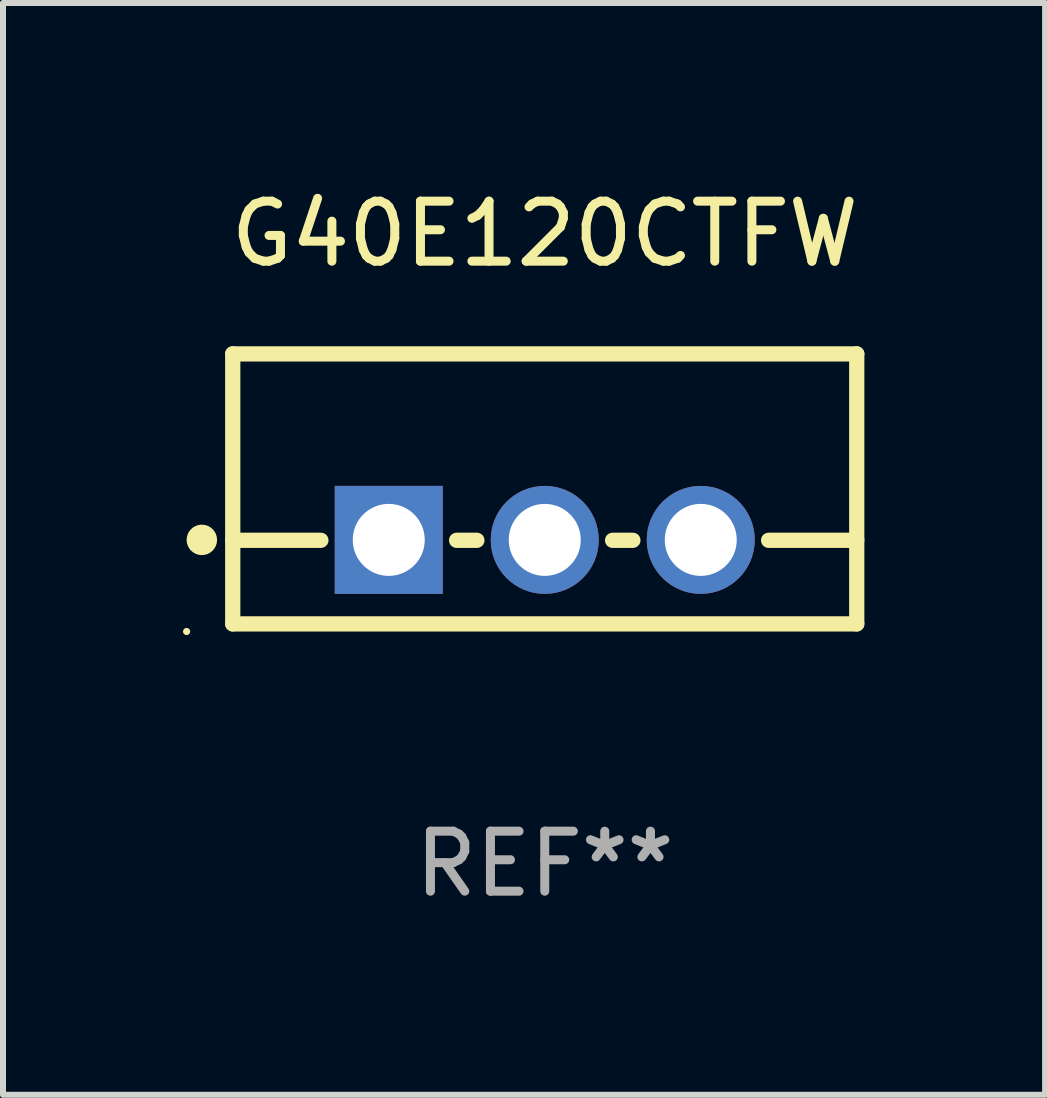
<source format=kicad_pcb>
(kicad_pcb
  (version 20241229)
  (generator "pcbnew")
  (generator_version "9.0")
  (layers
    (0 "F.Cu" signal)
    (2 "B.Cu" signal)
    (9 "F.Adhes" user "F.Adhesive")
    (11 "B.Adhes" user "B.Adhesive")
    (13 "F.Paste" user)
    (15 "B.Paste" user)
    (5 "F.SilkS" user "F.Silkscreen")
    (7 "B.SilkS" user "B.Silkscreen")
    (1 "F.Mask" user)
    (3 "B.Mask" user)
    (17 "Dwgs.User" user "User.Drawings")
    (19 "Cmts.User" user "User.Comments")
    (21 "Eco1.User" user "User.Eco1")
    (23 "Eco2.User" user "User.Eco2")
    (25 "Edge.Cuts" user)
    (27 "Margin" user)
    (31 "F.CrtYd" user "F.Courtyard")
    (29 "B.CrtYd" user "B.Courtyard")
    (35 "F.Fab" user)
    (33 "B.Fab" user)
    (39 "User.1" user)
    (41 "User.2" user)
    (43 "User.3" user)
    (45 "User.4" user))
  (footprint "G40E120CTFW"
    (layer "F.Cu")
    (at 6.029 5.098)
    (property "Reference" "G40E120CTFW" (at 0 -4.25 0) (layer "F.SilkS") (effects (font (size 1 1) (thickness 0.15))))
    (attr through_hole)
    (fp_line (start -5.2 -2.25) (end -5.2 2.25) (stroke (width 0.254) (type solid)) (layer "F.SilkS"))
    (fp_line (start -5.2 -2.25) (end 5.2 -2.25) (stroke (width 0.254) (type solid)) (layer "F.SilkS"))
    (fp_line (start -5.2 0.857) (end -3.731 0.857) (stroke (width 0.254) (type solid)) (layer "F.SilkS"))
    (fp_line (start -5.2 2.25) (end 5.2 2.25) (stroke (width 0.254) (type solid)) (layer "F.SilkS"))
    (fp_line (start -1.469 0.857) (end -1.131 0.857) (stroke (width 0.254) (type solid)) (layer "F.SilkS"))
    (fp_line (start 1.131 0.857) (end 1.469 0.857) (stroke (width 0.254) (type solid)) (layer "F.SilkS"))
    (fp_line (start 3.731 0.857) (end 5.2 0.857) (stroke (width 0.254) (type solid)) (layer "F.SilkS"))
    (fp_line (start 5.2 -2.25) (end 5.2 2.25) (stroke (width 0.254) (type solid)) (layer "F.SilkS"))
    (fp_circle (center -5.969 2.377) (end -5.939 2.377) (stroke (width 0.06) (type solid)) (fill no) (layer "F.SilkS"))
    (fp_circle (center -5.715 0.85) (end -5.588 0.85) (stroke (width 0.254) (type solid)) (fill no) (layer "F.SilkS"))
    (fp_text user "REF**" (at 0 6.25 0) (layer "F.Fab") (effects (font (size 1 1) (thickness 0.15))))
    (pad "1" thru_hole rect (at -2.6 0.85) (size 1.8 1.8) (drill 1.2) (layers "*.Cu" "*.Mask"))
    (pad "2" thru_hole circle (at 0 0.85) (size 1.8 1.8) (drill 1.2) (layers "*.Cu" "*.Mask"))
    (pad "3" thru_hole circle (at 2.6 0.85) (size 1.8 1.8) (drill 1.2) (layers "*.Cu" "*.Mask")))
  (gr_rect
    (start -3 -3)
    (end 14.368 15.197)
    (stroke (width 0.1) (type default))
    (fill no)
    (layer "Edge.Cuts")))
</source>
